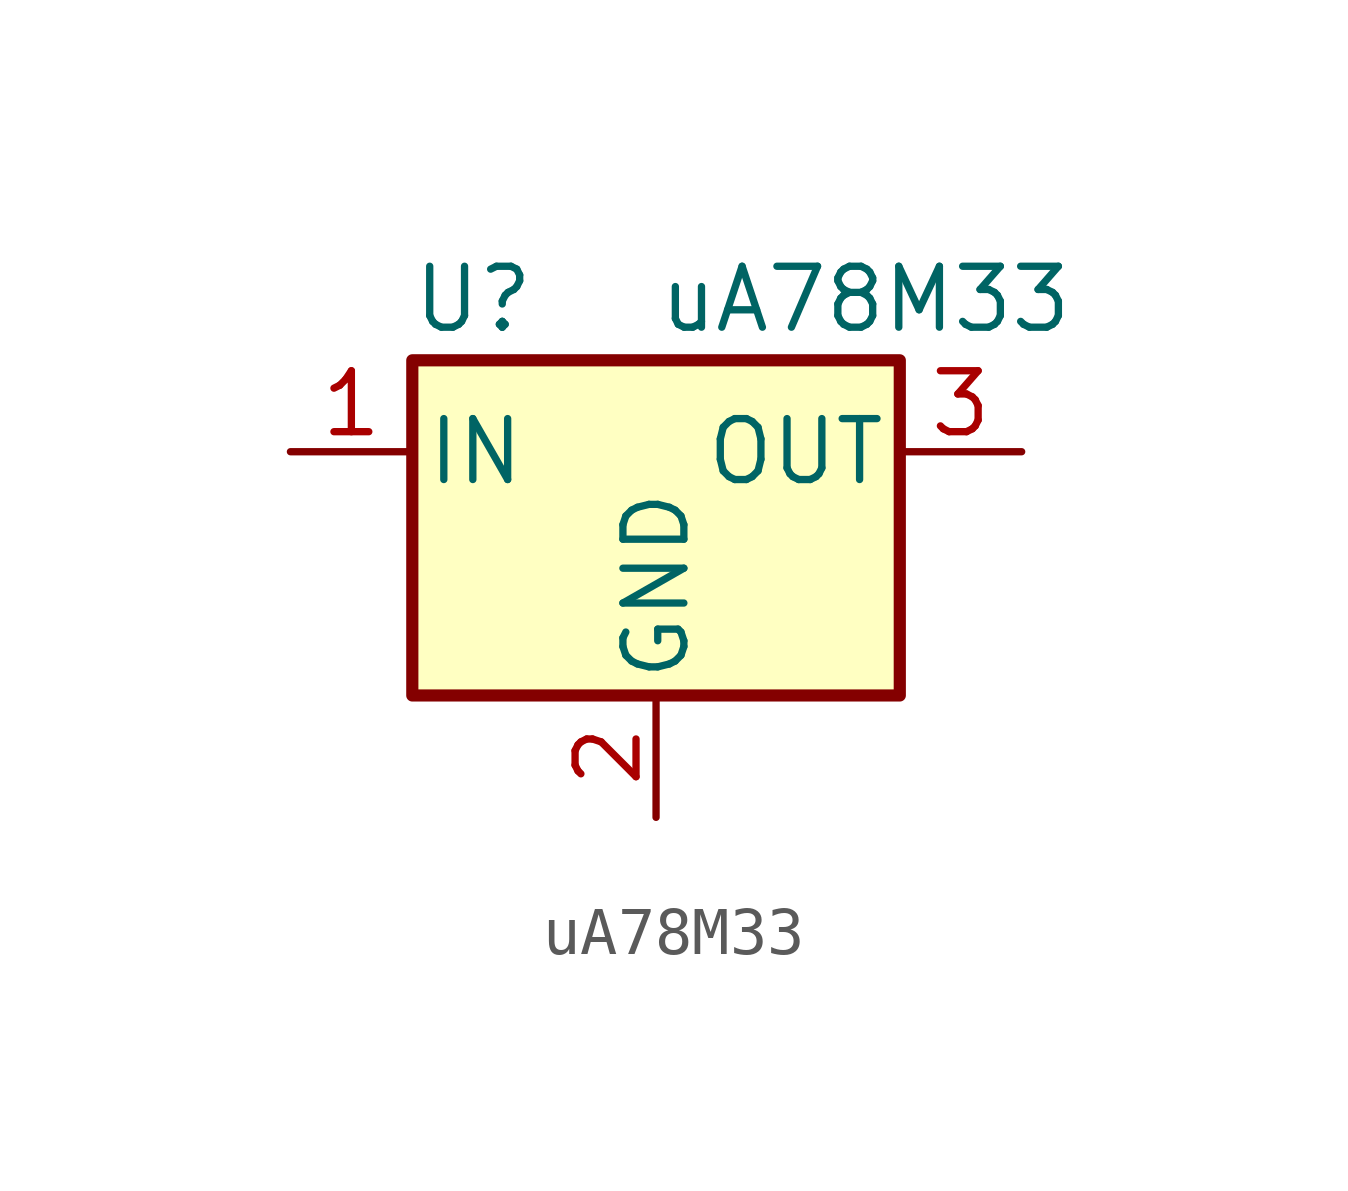
<source format=kicad_sym>
(kicad_symbol_lib
  (version 20211014)
  (generator kicad_symbol_editor)
  (symbol "uA78M33"
    (pin_names
      (offset 0.254))
    (property "Reference" "U"
      (at -3.81 3.175 0)
      (effects (font (size 1.27 1.27))))
    (property "Value" "uA78M33"
      (at 0 3.175 0)
      (effects (font (size 1.27 1.27)) (justify left)))
    (symbol "uA78M33_0_1"
      (rectangle (start -5.08 1.905) (end 5.08 -5.08) (stroke (width 0.254) (type default) (color 0 0 0 0)) (fill (type background))))
    (symbol "uA78M33_1_1"
      (pin power_in line (at -7.62 0 0) (length 2.54) (name "IN" (effects (font (size 1.27 1.27)))) (number "1" (effects (font (size 1.27 1.27)))))
      (pin power_in line (at 0 -7.62 90) (length 2.54) (name "GND" (effects (font (size 1.27 1.27)))) (number "2" (effects (font (size 1.27 1.27)))))
      (pin power_out line (at 7.62 0 180) (length 2.54) (name "OUT" (effects (font (size 1.27 1.27)))) (number "3" (effects (font (size 1.27 1.27))))))))
</source>
